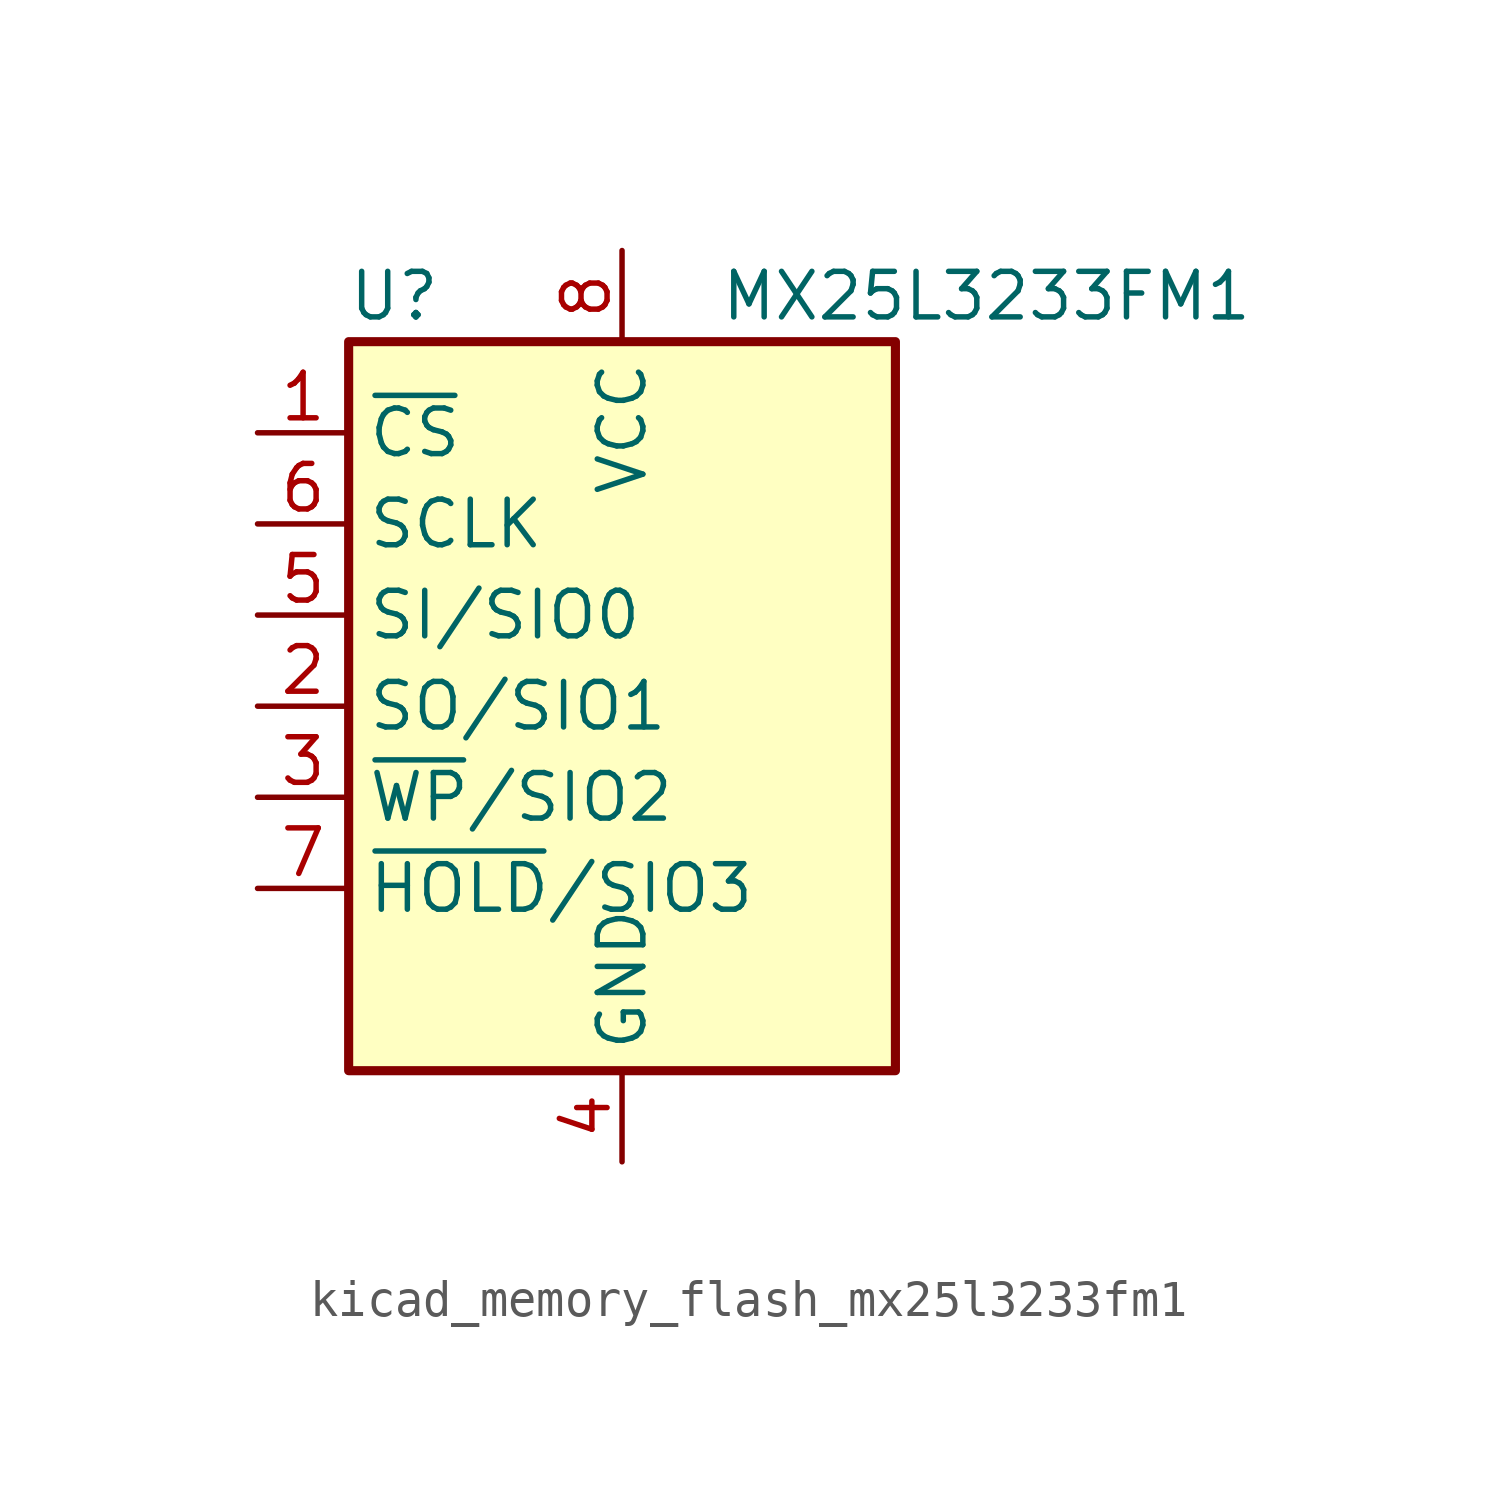
<source format=kicad_sym>
(kicad_symbol_lib
  (version 20220914)
  (generator kicad_symbol_editor)
  (symbol "kicad_memory_flash_mx25l3233fm1"
    (property "Reference" "U"
      (at -6.35 11.43 0)
      (effects (font (size 1.27 1.27))))
    (property "Value" "MX25L3233FM1"
      (at 10.16 11.43 0)
      (effects (font (size 1.27 1.27))))
    (symbol "kicad_memory_flash_mx25l3233fm1_0_1"
      (rectangle (start -7.62 10.16) (end 7.62 -10.16) (stroke (width 0.254) (type default)) (fill (type background))))
    (symbol "kicad_memory_flash_mx25l3233fm1_1_1"
      (pin input line (at -10.16 7.62 0) (length 2.54) (name "~{CS}" (effects (font (size 1.27 1.27)))) (number "1" (effects (font (size 1.27 1.27)))))
      (pin bidirectional line (at -10.16 0 0) (length 2.54) (name "SO/SIO1" (effects (font (size 1.27 1.27)))) (number "2" (effects (font (size 1.27 1.27)))))
      (pin bidirectional line (at -10.16 -2.54 0) (length 2.54) (name "~{WP}/SIO2" (effects (font (size 1.27 1.27)))) (number "3" (effects (font (size 1.27 1.27)))))
      (pin power_in line (at 0 -12.7 90) (length 2.54) (name "GND" (effects (font (size 1.27 1.27)))) (number "4" (effects (font (size 1.27 1.27)))))
      (pin bidirectional line (at -10.16 2.54 0) (length 2.54) (name "SI/SIO0" (effects (font (size 1.27 1.27)))) (number "5" (effects (font (size 1.27 1.27)))))
      (pin input line (at -10.16 5.08 0) (length 2.54) (name "SCLK" (effects (font (size 1.27 1.27)))) (number "6" (effects (font (size 1.27 1.27)))))
      (pin bidirectional line (at -10.16 -5.08 0) (length 2.54) (name "~{HOLD}/SIO3" (effects (font (size 1.27 1.27)))) (number "7" (effects (font (size 1.27 1.27)))))
      (pin power_in line (at 0 12.7 270) (length 2.54) (name "VCC" (effects (font (size 1.27 1.27)))) (number "8" (effects (font (size 1.27 1.27))))))))
</source>
